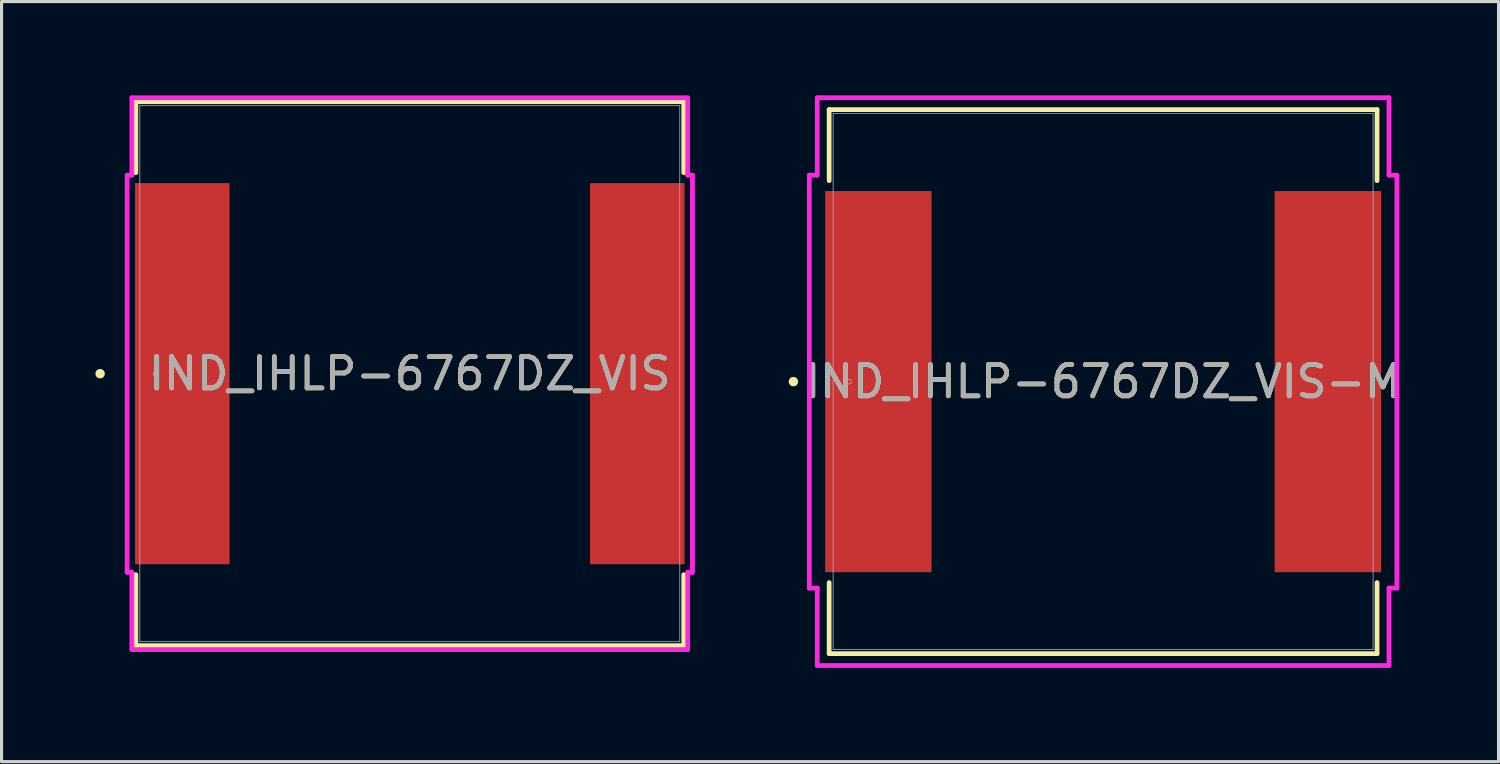
<source format=kicad_pcb>
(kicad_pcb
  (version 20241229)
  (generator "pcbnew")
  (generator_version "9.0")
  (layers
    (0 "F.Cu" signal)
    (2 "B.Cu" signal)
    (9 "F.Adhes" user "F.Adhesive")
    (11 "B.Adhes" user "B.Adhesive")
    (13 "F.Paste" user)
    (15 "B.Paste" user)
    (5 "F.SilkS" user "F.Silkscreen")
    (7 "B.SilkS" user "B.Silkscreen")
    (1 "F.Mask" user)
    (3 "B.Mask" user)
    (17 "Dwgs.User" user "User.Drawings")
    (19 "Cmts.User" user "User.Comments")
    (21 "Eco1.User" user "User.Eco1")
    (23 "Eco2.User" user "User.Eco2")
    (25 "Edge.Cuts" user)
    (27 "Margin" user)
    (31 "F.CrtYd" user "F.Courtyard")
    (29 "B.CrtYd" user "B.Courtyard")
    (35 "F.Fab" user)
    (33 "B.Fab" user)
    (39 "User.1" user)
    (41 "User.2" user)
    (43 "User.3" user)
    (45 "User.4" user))
  (footprint "IND_IHLP-6767DZ_VIS"
    (layer "F.Cu")
    (at 10.058 8.903)
    (property "Reference" "IND_IHLP-6767DZ_VIS" (at 0 0 0) (unlocked yes) (layer "F.SilkS") (effects (font (size 1 1) (thickness 0.15))))
    (attr smd)
    (fp_line (start -8.763 -8.7) (end -8.763 -6.429) (stroke (width 0.152) (type solid)) (layer "F.SilkS"))
    (fp_line (start -8.763 6.429) (end -8.763 8.7) (stroke (width 0.152) (type solid)) (layer "F.SilkS"))
    (fp_line (start -8.763 8.7) (end 8.763 8.7) (stroke (width 0.152) (type solid)) (layer "F.SilkS"))
    (fp_line (start 8.763 -8.7) (end -8.763 -8.7) (stroke (width 0.152) (type solid)) (layer "F.SilkS"))
    (fp_line (start 8.763 -6.429) (end 8.763 -8.7) (stroke (width 0.152) (type solid)) (layer "F.SilkS"))
    (fp_line (start 8.763 8.7) (end 8.763 6.429) (stroke (width 0.152) (type solid)) (layer "F.SilkS"))
    (fp_circle (center -9.906 0) (end -9.83 0) (stroke (width 0.152) (type solid)) (fill no) (layer "F.SilkS"))
    (fp_line (start -9.042 -6.35) (end -8.89 -6.35) (stroke (width 0.152) (type solid)) (layer "F.CrtYd"))
    (fp_line (start -9.042 6.35) (end -9.042 -6.35) (stroke (width 0.152) (type solid)) (layer "F.CrtYd"))
    (fp_line (start -8.89 -8.826) (end 8.89 -8.826) (stroke (width 0.152) (type solid)) (layer "F.CrtYd"))
    (fp_line (start -8.89 -6.35) (end -8.89 -8.826) (stroke (width 0.152) (type solid)) (layer "F.CrtYd"))
    (fp_line (start -8.89 6.35) (end -9.042 6.35) (stroke (width 0.152) (type solid)) (layer "F.CrtYd"))
    (fp_line (start -8.89 8.826) (end -8.89 6.35) (stroke (width 0.152) (type solid)) (layer "F.CrtYd"))
    (fp_line (start 8.89 -8.826) (end 8.89 -6.35) (stroke (width 0.152) (type solid)) (layer "F.CrtYd"))
    (fp_line (start 8.89 -6.35) (end 9.042 -6.35) (stroke (width 0.152) (type solid)) (layer "F.CrtYd"))
    (fp_line (start 8.89 6.35) (end 8.89 8.826) (stroke (width 0.152) (type solid)) (layer "F.CrtYd"))
    (fp_line (start 8.89 8.826) (end -8.89 8.826) (stroke (width 0.152) (type solid)) (layer "F.CrtYd"))
    (fp_line (start 9.042 -6.35) (end 9.042 6.35) (stroke (width 0.152) (type solid)) (layer "F.CrtYd"))
    (fp_line (start 9.042 6.35) (end 8.89 6.35) (stroke (width 0.152) (type solid)) (layer "F.CrtYd"))
    (fp_line (start -8.636 -8.572) (end -8.636 8.572) (stroke (width 0.025) (type solid)) (layer "F.Fab"))
    (fp_line (start -8.636 8.572) (end 8.636 8.572) (stroke (width 0.025) (type solid)) (layer "F.Fab"))
    (fp_line (start 8.636 -8.572) (end -8.636 -8.572) (stroke (width 0.025) (type solid)) (layer "F.Fab"))
    (fp_line (start 8.636 8.572) (end 8.636 -8.572) (stroke (width 0.025) (type solid)) (layer "F.Fab"))
    (fp_circle (center -8.128 0) (end -8.052 0) (stroke (width 0.025) (type solid)) (fill no) (layer "F.Fab"))
    (fp_text user "${REFERENCE}" (at 0 0 0) (unlocked yes) (layer "F.Fab") (effects (font (size 1 1) (thickness 0.15))))
    (pad "1" smd rect (at -7.277 0 90) (size 12.192 3.023) (layers "F.Cu" "F.Mask" "F.Paste"))
    (pad "2" smd rect (at 7.277 0 90) (size 12.192 3.023) (layers "F.Cu" "F.Mask" "F.Paste"))
    (zone (net_name "") (layer "F.Cu") (hatch full 0.508) (connect_pads) (min_thickness 0.254) (filled_areas_thickness no) (keepout (tracks not_allowed) (vias not_allowed) (pads allowed) (copperpour not_allowed) (footprints allowed)) (placement (enabled no)) (fill) (polygon (pts (xy 1.473 0.381) (xy 18.644 0.381) (xy 18.644 2.756) (xy 1.473 2.756))))
    (zone (net_name "") (layer "F.Cu") (hatch full 0.508) (connect_pads) (min_thickness 0.254) (filled_areas_thickness no) (keepout (tracks not_allowed) (vias not_allowed) (pads allowed) (copperpour not_allowed) (footprints allowed)) (placement (enabled no)) (fill) (polygon (pts (xy 1.473 15.05) (xy 18.644 15.05) (xy 18.644 17.424) (xy 1.473 17.424))))
    (zone (net_name "") (layer "F.Cu") (hatch full 0.508) (connect_pads) (min_thickness 0.254) (filled_areas_thickness no) (keepout (tracks not_allowed) (vias not_allowed) (pads allowed) (copperpour not_allowed) (footprints allowed)) (placement (enabled no)) (fill) (polygon (pts (xy 4.343 2.756) (xy 15.773 2.756) (xy 15.773 15.05) (xy 4.343 15.05)))))
  (footprint "IND_IHLP-6767DZ_VIS-M"
    (layer "F.Cu")
    (at 32.235 9.157)
    (property "Reference" "IND_IHLP-6767DZ_VIS-M" (at 0 0 0) (unlocked yes) (layer "F.SilkS") (effects (font (size 1 1) (thickness 0.15))))
    (attr smd)
    (fp_line (start -8.763 -8.7) (end -8.763 -6.429) (stroke (width 0.152) (type solid)) (layer "F.SilkS"))
    (fp_line (start -8.763 6.429) (end -8.763 8.7) (stroke (width 0.152) (type solid)) (layer "F.SilkS"))
    (fp_line (start -8.763 8.7) (end 8.763 8.7) (stroke (width 0.152) (type solid)) (layer "F.SilkS"))
    (fp_line (start 8.763 -8.7) (end -8.763 -8.7) (stroke (width 0.152) (type solid)) (layer "F.SilkS"))
    (fp_line (start 8.763 -6.429) (end 8.763 -8.7) (stroke (width 0.152) (type solid)) (layer "F.SilkS"))
    (fp_line (start 8.763 8.7) (end 8.763 6.429) (stroke (width 0.152) (type solid)) (layer "F.SilkS"))
    (fp_circle (center -9.906 0) (end -9.83 0) (stroke (width 0.152) (type solid)) (fill no) (layer "F.SilkS"))
    (fp_line (start -9.398 -6.604) (end -9.144 -6.604) (stroke (width 0.152) (type solid)) (layer "F.CrtYd"))
    (fp_line (start -9.398 6.604) (end -9.398 -6.604) (stroke (width 0.152) (type solid)) (layer "F.CrtYd"))
    (fp_line (start -9.144 -9.081) (end 9.144 -9.081) (stroke (width 0.152) (type solid)) (layer "F.CrtYd"))
    (fp_line (start -9.144 -6.604) (end -9.144 -9.081) (stroke (width 0.152) (type solid)) (layer "F.CrtYd"))
    (fp_line (start -9.144 6.604) (end -9.398 6.604) (stroke (width 0.152) (type solid)) (layer "F.CrtYd"))
    (fp_line (start -9.144 9.081) (end -9.144 6.604) (stroke (width 0.152) (type solid)) (layer "F.CrtYd"))
    (fp_line (start 9.144 -9.081) (end 9.144 -6.604) (stroke (width 0.152) (type solid)) (layer "F.CrtYd"))
    (fp_line (start 9.144 -6.604) (end 9.398 -6.604) (stroke (width 0.152) (type solid)) (layer "F.CrtYd"))
    (fp_line (start 9.144 6.604) (end 9.144 9.081) (stroke (width 0.152) (type solid)) (layer "F.CrtYd"))
    (fp_line (start 9.144 9.081) (end -9.144 9.081) (stroke (width 0.152) (type solid)) (layer "F.CrtYd"))
    (fp_line (start 9.398 -6.604) (end 9.398 6.604) (stroke (width 0.152) (type solid)) (layer "F.CrtYd"))
    (fp_line (start 9.398 6.604) (end 9.144 6.604) (stroke (width 0.152) (type solid)) (layer "F.CrtYd"))
    (fp_line (start -8.636 -8.572) (end -8.636 8.572) (stroke (width 0.025) (type solid)) (layer "F.Fab"))
    (fp_line (start -8.636 8.572) (end 8.636 8.572) (stroke (width 0.025) (type solid)) (layer "F.Fab"))
    (fp_line (start 8.636 -8.572) (end -8.636 -8.572) (stroke (width 0.025) (type solid)) (layer "F.Fab"))
    (fp_line (start 8.636 8.572) (end 8.636 -8.572) (stroke (width 0.025) (type solid)) (layer "F.Fab"))
    (fp_circle (center -8.128 0) (end -8.052 0) (stroke (width 0.025) (type solid)) (fill no) (layer "F.Fab"))
    (fp_text user "${REFERENCE}" (at 0 0 0) (unlocked yes) (layer "F.Fab") (effects (font (size 1 1) (thickness 0.15))))
    (pad "1" smd rect (at -7.188 0 90) (size 12.192 3.404) (layers "F.Cu" "F.Mask" "F.Paste"))
    (pad "2" smd rect (at 7.188 0 90) (size 12.192 3.404) (layers "F.Cu" "F.Mask" "F.Paste"))
    (zone (net_name "") (layer "F.Cu") (hatch full 0.508) (connect_pads) (min_thickness 0.254) (filled_areas_thickness no) (keepout (tracks not_allowed) (vias not_allowed) (pads allowed) (copperpour not_allowed) (footprints allowed)) (placement (enabled no)) (fill) (polygon (pts (xy 23.65 0.635) (xy 40.821 0.635) (xy 40.821 3.01) (xy 23.65 3.01))))
    (zone (net_name "") (layer "F.Cu") (hatch full 0.508) (connect_pads) (min_thickness 0.254) (filled_areas_thickness no) (keepout (tracks not_allowed) (vias not_allowed) (pads allowed) (copperpour not_allowed) (footprints allowed)) (placement (enabled no)) (fill) (polygon (pts (xy 23.65 15.303) (xy 40.821 15.303) (xy 40.821 17.678) (xy 23.65 17.678))))
    (zone (net_name "") (layer "F.Cu") (hatch full 0.508) (connect_pads) (min_thickness 0.254) (filled_areas_thickness no) (keepout (tracks not_allowed) (vias not_allowed) (pads allowed) (copperpour not_allowed) (footprints allowed)) (placement (enabled no)) (fill) (polygon (pts (xy 26.8 3.01) (xy 37.671 3.01) (xy 37.671 15.303) (xy 26.8 15.303)))))
  (gr_rect
    (start -3 -3)
    (end 44.884 21.313)
    (stroke (width 0.1) (type default))
    (fill no)
    (layer "Edge.Cuts")))
</source>
